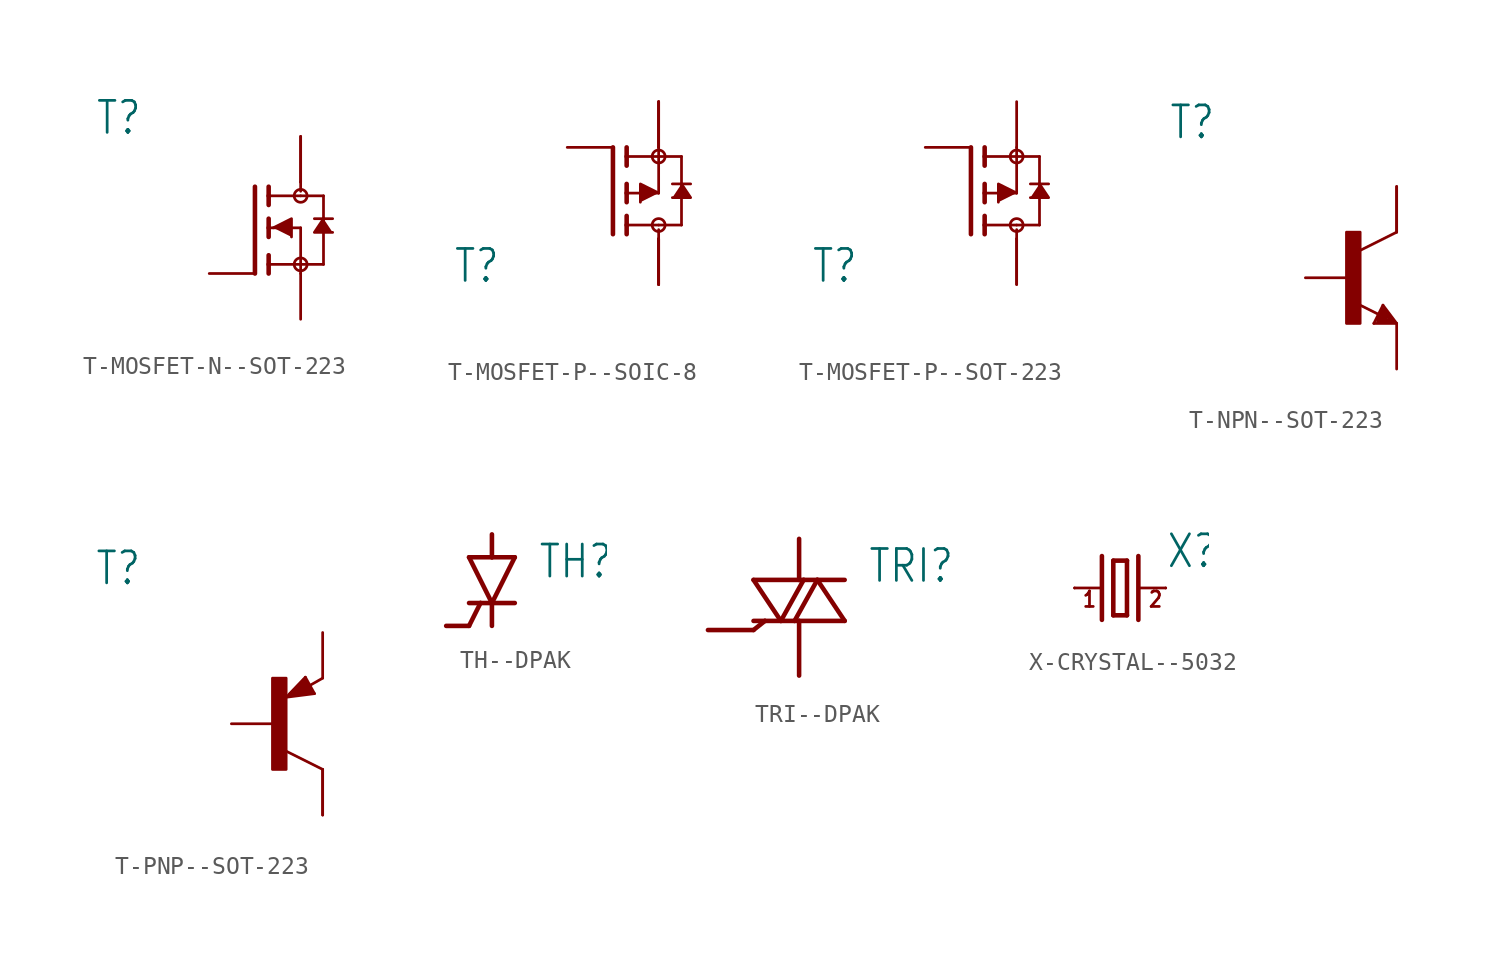
<source format=kicad_sym>
(kicad_symbol_lib
  (version 20231120)
  (generator "kicad_symbol_editor")
  (generator_version "8.0")
  (symbol "T-MOSFET-N--SOT-223"
    (property "Reference" "T"
      (at -11.43 5.08 0)
      (effects (font (size 1.778 1.511)) (justify left bottom)))
    (property "Value" ""
      (at -11.43 2.54 0)
      (effects (font (size 1.778 1.511)) (justify left bottom)))
    (property "ki_locked" ""
      (at 0 0 0)
      (effects (font (size 1.27 1.27))))
    (symbol "T-MOSFET-N--SOT-223_1_0"
      (circle (center 0 -2.032) (radius 0.359) (stroke (width 0) (type solid)) (fill (type none)))
      (polyline (pts (xy -2.54 2.286) (xy -2.54 -2.54)) (stroke (width 0.254) (type solid)) (fill (type none)))
      (polyline (pts (xy -1.778 -2.032) (xy -1.778 -2.54)) (stroke (width 0.254) (type solid)) (fill (type none)))
      (polyline (pts (xy -1.778 -1.524) (xy -1.778 -2.032)) (stroke (width 0.254) (type solid)) (fill (type none)))
      (polyline (pts (xy -1.778 0) (xy -1.778 -0.508)) (stroke (width 0.254) (type solid)) (fill (type none)))
      (polyline (pts (xy -1.778 0) (xy 0 0)) (stroke (width 0.152) (type solid)) (fill (type none)))
      (polyline (pts (xy -1.778 0.508) (xy -1.778 0)) (stroke (width 0.254) (type solid)) (fill (type none)))
      (polyline (pts (xy -1.778 1.778) (xy -1.778 1.27)) (stroke (width 0.254) (type solid)) (fill (type none)))
      (polyline (pts (xy -1.778 1.778) (xy 0 1.778)) (stroke (width 0.152) (type solid)) (fill (type none)))
      (polyline (pts (xy -1.778 2.286) (xy -1.778 1.778)) (stroke (width 0.254) (type solid)) (fill (type none)))
      (polyline (pts (xy 0 -2.032) (xy -1.778 -2.032)) (stroke (width 0.152) (type solid)) (fill (type none)))
      (polyline (pts (xy 0 -2.032) (xy 0 -2.54)) (stroke (width 0.152) (type solid)) (fill (type none)))
      (polyline (pts (xy 0 -2.032) (xy 1.27 -2.032)) (stroke (width 0.152) (type solid)) (fill (type none)))
      (polyline (pts (xy 0 0) (xy 0 -2.032)) (stroke (width 0.152) (type solid)) (fill (type none)))
      (polyline (pts (xy 0 1.778) (xy 1.27 1.778)) (stroke (width 0.152) (type solid)) (fill (type none)))
      (polyline (pts (xy 0 2.032) (xy 0 2.54)) (stroke (width 0.152) (type solid)) (fill (type none)))
      (polyline (pts (xy 1.27 0.508) (xy 0.762 0.508)) (stroke (width 0.152) (type solid)) (fill (type none)))
      (polyline (pts (xy 1.27 0.508) (xy 1.27 -2.032)) (stroke (width 0.152) (type solid)) (fill (type none)))
      (polyline (pts (xy 1.27 1.778) (xy 1.27 0.508)) (stroke (width 0.152) (type solid)) (fill (type none)))
      (polyline (pts (xy 1.778 0.508) (xy 1.27 0.508)) (stroke (width 0.152) (type solid)) (fill (type none)))
      (polyline (pts (xy -1.524 0) (xy -0.508 0.508) (xy -0.508 -0.508)) (stroke (width 0.152) (type solid)) (fill (type outline)))
      (polyline (pts (xy 1.27 0.508) (xy 0.762 -0.254) (xy 1.778 -0.254)) (stroke (width 0.152) (type solid)) (fill (type outline)))
      (circle (center 0 1.778) (radius 0.359) (stroke (width 0) (type solid)) (fill (type none)))
      (pin passive line (at -5.08 -2.54 0) (length 2.54) (name "G" (effects (font (size 0 0)))) (number "1" (effects (font (size 0 0)))))
      (pin passive line (at 0 5.08 270) (length 2.54) (name "D" (effects (font (size 0 0)))) (number "2" (effects (font (size 0 0)))))
      (pin passive line (at 0 -5.08 90) (length 2.54) (name "S" (effects (font (size 0 0)))) (number "3" (effects (font (size 0 0)))))
      (pin passive line (at 0 5.08 270) (length 2.54) (name "D" (effects (font (size 0 0)))) (number "4" (effects (font (size 0 0)))))))
  (symbol "T-MOSFET-P--SOIC-8"
    (property "Reference" "T"
      (at -11.43 -5.08 0)
      (effects (font (size 1.778 1.511)) (justify left bottom)))
    (property "Value" ""
      (at -11.43 -7.62 0)
      (effects (font (size 1.778 1.511)) (justify left bottom)))
    (property "ki_locked" ""
      (at 0 0 0)
      (effects (font (size 1.27 1.27))))
    (symbol "T-MOSFET-P--SOIC-8_1_0"
      (circle (center 0 -1.778) (radius 0.359) (stroke (width 0) (type solid)) (fill (type none)))
      (polyline (pts (xy -2.54 -2.286) (xy -2.54 2.54)) (stroke (width 0.254) (type solid)) (fill (type none)))
      (polyline (pts (xy -1.778 -2.286) (xy -1.778 -1.778)) (stroke (width 0.254) (type solid)) (fill (type none)))
      (polyline (pts (xy -1.778 -1.778) (xy -1.778 -1.27)) (stroke (width 0.254) (type solid)) (fill (type none)))
      (polyline (pts (xy -1.778 -1.778) (xy 0 -1.778)) (stroke (width 0.152) (type solid)) (fill (type none)))
      (polyline (pts (xy -1.778 -0.508) (xy -1.778 0)) (stroke (width 0.254) (type solid)) (fill (type none)))
      (polyline (pts (xy -1.778 0) (xy -1.778 0.508)) (stroke (width 0.254) (type solid)) (fill (type none)))
      (polyline (pts (xy -1.778 0) (xy 0 0)) (stroke (width 0.152) (type solid)) (fill (type none)))
      (polyline (pts (xy -1.778 1.524) (xy -1.778 2.032)) (stroke (width 0.254) (type solid)) (fill (type none)))
      (polyline (pts (xy -1.778 2.032) (xy -1.778 2.54)) (stroke (width 0.254) (type solid)) (fill (type none)))
      (polyline (pts (xy 0 -2.54) (xy 0 -2.032)) (stroke (width 0.152) (type solid)) (fill (type none)))
      (polyline (pts (xy 0 -1.778) (xy 1.27 -1.778)) (stroke (width 0.152) (type solid)) (fill (type none)))
      (polyline (pts (xy 0 0) (xy 0 2.032)) (stroke (width 0.152) (type solid)) (fill (type none)))
      (polyline (pts (xy 0 2.032) (xy -1.778 2.032)) (stroke (width 0.152) (type solid)) (fill (type none)))
      (polyline (pts (xy 0 2.032) (xy 1.27 2.032)) (stroke (width 0.152) (type solid)) (fill (type none)))
      (polyline (pts (xy 0 2.54) (xy 0 2.032)) (stroke (width 0.152) (type solid)) (fill (type none)))
      (polyline (pts (xy 0.762 0.508) (xy 1.27 0.508)) (stroke (width 0.152) (type solid)) (fill (type none)))
      (polyline (pts (xy 1.27 -1.778) (xy 1.27 0.508)) (stroke (width 0.152) (type solid)) (fill (type none)))
      (polyline (pts (xy 1.27 0.508) (xy 1.27 2.032)) (stroke (width 0.152) (type solid)) (fill (type none)))
      (polyline (pts (xy 1.27 0.508) (xy 1.778 0.508)) (stroke (width 0.152) (type solid)) (fill (type none)))
      (polyline (pts (xy 0 0) (xy -1.016 0.508) (xy -1.016 -0.508)) (stroke (width 0.152) (type solid)) (fill (type outline)))
      (polyline (pts (xy 1.27 0.508) (xy 1.778 -0.254) (xy 0.762 -0.254)) (stroke (width 0.152) (type solid)) (fill (type outline)))
      (circle (center 0 2.032) (radius 0.359) (stroke (width 0) (type solid)) (fill (type none)))
      (pin passive line (at 0 5.08 270) (length 2.54) (name "S" (effects (font (size 0 0)))) (number "1" (effects (font (size 0 0)))))
      (pin passive line (at 0 5.08 270) (length 2.54) (name "S" (effects (font (size 0 0)))) (number "2" (effects (font (size 0 0)))))
      (pin passive line (at 0 5.08 270) (length 2.54) (name "S" (effects (font (size 0 0)))) (number "3" (effects (font (size 0 0)))))
      (pin passive line (at -5.08 2.54 0) (length 2.54) (name "G" (effects (font (size 0 0)))) (number "4" (effects (font (size 0 0)))))
      (pin passive line (at 0 -5.08 90) (length 2.54) (name "D" (effects (font (size 0 0)))) (number "5" (effects (font (size 0 0)))))
      (pin passive line (at 0 -5.08 90) (length 2.54) (name "D" (effects (font (size 0 0)))) (number "6" (effects (font (size 0 0)))))
      (pin passive line (at 0 -5.08 90) (length 2.54) (name "D" (effects (font (size 0 0)))) (number "7" (effects (font (size 0 0)))))
      (pin passive line (at 0 -5.08 90) (length 2.54) (name "D" (effects (font (size 0 0)))) (number "8" (effects (font (size 0 0)))))))
  (symbol "T-MOSFET-P--SOT-223"
    (property "Reference" "T"
      (at -11.43 -5.08 0)
      (effects (font (size 1.778 1.511)) (justify left bottom)))
    (property "Value" ""
      (at -11.43 -7.62 0)
      (effects (font (size 1.778 1.511)) (justify left bottom)))
    (property "ki_locked" ""
      (at 0 0 0)
      (effects (font (size 1.27 1.27))))
    (symbol "T-MOSFET-P--SOT-223_1_0"
      (circle (center 0 -1.778) (radius 0.359) (stroke (width 0) (type solid)) (fill (type none)))
      (polyline (pts (xy -2.54 -2.286) (xy -2.54 2.54)) (stroke (width 0.254) (type solid)) (fill (type none)))
      (polyline (pts (xy -1.778 -2.286) (xy -1.778 -1.778)) (stroke (width 0.254) (type solid)) (fill (type none)))
      (polyline (pts (xy -1.778 -1.778) (xy -1.778 -1.27)) (stroke (width 0.254) (type solid)) (fill (type none)))
      (polyline (pts (xy -1.778 -1.778) (xy 0 -1.778)) (stroke (width 0.152) (type solid)) (fill (type none)))
      (polyline (pts (xy -1.778 -0.508) (xy -1.778 0)) (stroke (width 0.254) (type solid)) (fill (type none)))
      (polyline (pts (xy -1.778 0) (xy -1.778 0.508)) (stroke (width 0.254) (type solid)) (fill (type none)))
      (polyline (pts (xy -1.778 0) (xy 0 0)) (stroke (width 0.152) (type solid)) (fill (type none)))
      (polyline (pts (xy -1.778 1.524) (xy -1.778 2.032)) (stroke (width 0.254) (type solid)) (fill (type none)))
      (polyline (pts (xy -1.778 2.032) (xy -1.778 2.54)) (stroke (width 0.254) (type solid)) (fill (type none)))
      (polyline (pts (xy 0 -2.54) (xy 0 -2.032)) (stroke (width 0.152) (type solid)) (fill (type none)))
      (polyline (pts (xy 0 -1.778) (xy 1.27 -1.778)) (stroke (width 0.152) (type solid)) (fill (type none)))
      (polyline (pts (xy 0 0) (xy 0 2.032)) (stroke (width 0.152) (type solid)) (fill (type none)))
      (polyline (pts (xy 0 2.032) (xy -1.778 2.032)) (stroke (width 0.152) (type solid)) (fill (type none)))
      (polyline (pts (xy 0 2.032) (xy 1.27 2.032)) (stroke (width 0.152) (type solid)) (fill (type none)))
      (polyline (pts (xy 0 2.54) (xy 0 2.032)) (stroke (width 0.152) (type solid)) (fill (type none)))
      (polyline (pts (xy 0.762 0.508) (xy 1.27 0.508)) (stroke (width 0.152) (type solid)) (fill (type none)))
      (polyline (pts (xy 1.27 -1.778) (xy 1.27 0.508)) (stroke (width 0.152) (type solid)) (fill (type none)))
      (polyline (pts (xy 1.27 0.508) (xy 1.27 2.032)) (stroke (width 0.152) (type solid)) (fill (type none)))
      (polyline (pts (xy 1.27 0.508) (xy 1.778 0.508)) (stroke (width 0.152) (type solid)) (fill (type none)))
      (polyline (pts (xy 0 0) (xy -1.016 0.508) (xy -1.016 -0.508)) (stroke (width 0.152) (type solid)) (fill (type outline)))
      (polyline (pts (xy 1.27 0.508) (xy 1.778 -0.254) (xy 0.762 -0.254)) (stroke (width 0.152) (type solid)) (fill (type outline)))
      (circle (center 0 2.032) (radius 0.359) (stroke (width 0) (type solid)) (fill (type none)))
      (pin passive line (at -5.08 2.54 0) (length 2.54) (name "G" (effects (font (size 0 0)))) (number "1" (effects (font (size 0 0)))))
      (pin passive line (at 0 -5.08 90) (length 2.54) (name "D" (effects (font (size 0 0)))) (number "2" (effects (font (size 0 0)))))
      (pin passive line (at 0 5.08 270) (length 2.54) (name "S" (effects (font (size 0 0)))) (number "3" (effects (font (size 0 0)))))
      (pin passive line (at 0 -5.08 90) (length 2.54) (name "D" (effects (font (size 0 0)))) (number "4" (effects (font (size 0 0)))))))
  (symbol "T-NPN--SOT-223"
    (property "Reference" "T"
      (at -10.16 7.62 0)
      (effects (font (size 1.778 1.511)) (justify left bottom)))
    (property "Value" ""
      (at -10.16 5.08 0)
      (effects (font (size 1.778 1.511)) (justify left bottom)))
    (property "ki_locked" ""
      (at 0 0 0)
      (effects (font (size 1.27 1.27))))
    (symbol "T-NPN--SOT-223_1_0"
      (rectangle (start -0.254 -2.54) (end 0.508 2.54) (stroke (width 0) (type default)) (fill (type outline)))
      (polyline (pts (xy 1.27 -2.54) (xy 1.778 -1.524)) (stroke (width 0.152) (type solid)) (fill (type none)))
      (polyline (pts (xy 1.524 -2.413) (xy 2.286 -2.413)) (stroke (width 0.254) (type solid)) (fill (type none)))
      (polyline (pts (xy 1.524 -2.286) (xy 1.905 -2.286)) (stroke (width 0.254) (type solid)) (fill (type none)))
      (polyline (pts (xy 1.54 -2.04) (xy 0.308 -1.424)) (stroke (width 0.152) (type solid)) (fill (type none)))
      (polyline (pts (xy 1.778 -1.778) (xy 1.524 -2.286)) (stroke (width 0.254) (type solid)) (fill (type none)))
      (polyline (pts (xy 1.778 -1.524) (xy 2.54 -2.54)) (stroke (width 0.152) (type solid)) (fill (type none)))
      (polyline (pts (xy 1.905 -2.286) (xy 1.778 -2.032)) (stroke (width 0.254) (type solid)) (fill (type none)))
      (polyline (pts (xy 2.286 -2.413) (xy 1.778 -1.778)) (stroke (width 0.254) (type solid)) (fill (type none)))
      (polyline (pts (xy 2.54 -2.54) (xy 1.27 -2.54)) (stroke (width 0.152) (type solid)) (fill (type none)))
      (polyline (pts (xy 2.54 2.54) (xy 0.508 1.524)) (stroke (width 0.152) (type solid)) (fill (type none)))
      (pin passive line (at -2.54 0 0) (length 2.54) (name "B" (effects (font (size 0 0)))) (number "1" (effects (font (size 0 0)))))
      (pin passive line (at 2.54 5.08 270) (length 2.54) (name "C" (effects (font (size 0 0)))) (number "2" (effects (font (size 0 0)))))
      (pin passive line (at 2.54 -5.08 90) (length 2.54) (name "E" (effects (font (size 0 0)))) (number "3" (effects (font (size 0 0)))))
      (pin passive line (at 2.54 5.08 270) (length 2.54) (name "C" (effects (font (size 0 0)))) (number "4" (effects (font (size 0 0)))))))
  (symbol "T-PNP--SOT-223"
    (property "Reference" "T"
      (at -10.16 7.62 0)
      (effects (font (size 1.778 1.511)) (justify left bottom)))
    (property "Value" ""
      (at -10.16 5.08 0)
      (effects (font (size 1.778 1.511)) (justify left bottom)))
    (property "ki_locked" ""
      (at 0 0 0)
      (effects (font (size 1.27 1.27))))
    (symbol "T-PNP--SOT-223_1_0"
      (rectangle (start -0.254 -2.54) (end 0.508 2.54) (stroke (width 0) (type default)) (fill (type outline)))
      (polyline (pts (xy 0.516 1.478) (xy 2.086 1.678)) (stroke (width 0.152) (type solid)) (fill (type none)))
      (polyline (pts (xy 0.762 1.651) (xy 1.778 1.778)) (stroke (width 0.254) (type solid)) (fill (type none)))
      (polyline (pts (xy 1.143 1.905) (xy 1.524 1.905)) (stroke (width 0.254) (type solid)) (fill (type none)))
      (polyline (pts (xy 1.524 2.159) (xy 1.143 1.905)) (stroke (width 0.254) (type solid)) (fill (type none)))
      (polyline (pts (xy 1.524 2.413) (xy 0.762 1.651)) (stroke (width 0.254) (type solid)) (fill (type none)))
      (polyline (pts (xy 1.578 2.594) (xy 0.516 1.478)) (stroke (width 0.152) (type solid)) (fill (type none)))
      (polyline (pts (xy 1.778 1.778) (xy 1.524 2.159)) (stroke (width 0.254) (type solid)) (fill (type none)))
      (polyline (pts (xy 1.905 1.778) (xy 1.524 2.413)) (stroke (width 0.254) (type solid)) (fill (type none)))
      (polyline (pts (xy 2.086 1.678) (xy 1.578 2.594)) (stroke (width 0.152) (type solid)) (fill (type none)))
      (polyline (pts (xy 2.54 -2.54) (xy 0.508 -1.524)) (stroke (width 0.152) (type solid)) (fill (type none)))
      (polyline (pts (xy 2.54 2.54) (xy 1.808 2.124)) (stroke (width 0.152) (type solid)) (fill (type none)))
      (pin passive line (at -2.54 0 0) (length 2.54) (name "B" (effects (font (size 0 0)))) (number "1" (effects (font (size 0 0)))))
      (pin passive line (at 2.54 -5.08 90) (length 2.54) (name "C" (effects (font (size 0 0)))) (number "2" (effects (font (size 0 0)))))
      (pin passive line (at 2.54 5.08 270) (length 2.54) (name "E" (effects (font (size 0 0)))) (number "3" (effects (font (size 0 0)))))
      (pin passive line (at 2.54 -5.08 90) (length 2.54) (name "C" (effects (font (size 0 0)))) (number "4" (effects (font (size 0 0)))))))
  (symbol "TH--DPAK"
    (property "Reference" "TH"
      (at 2.54 0 0)
      (effects (font (size 1.778 1.511)) (justify left bottom)))
    (property "Value" ""
      (at 2.54 -2.54 0)
      (effects (font (size 1.778 1.511)) (justify left bottom)))
    (property "ki_locked" ""
      (at 0 0 0)
      (effects (font (size 1.27 1.27))))
    (symbol "TH--DPAK_1_0"
      (polyline (pts (xy -1.27 -2.54) (xy -2.54 -2.54)) (stroke (width 0.254) (type solid)) (fill (type none)))
      (polyline (pts (xy -1.27 -1.27) (xy -0.635 -1.27)) (stroke (width 0.254) (type solid)) (fill (type none)))
      (polyline (pts (xy -1.27 1.27) (xy 0 1.27)) (stroke (width 0.254) (type solid)) (fill (type none)))
      (polyline (pts (xy -0.635 -1.27) (xy -1.27 -2.54)) (stroke (width 0.254) (type solid)) (fill (type none)))
      (polyline (pts (xy -0.635 -1.27) (xy 0 -1.27)) (stroke (width 0.254) (type solid)) (fill (type none)))
      (polyline (pts (xy 0 -1.27) (xy -1.27 1.27)) (stroke (width 0.254) (type solid)) (fill (type none)))
      (polyline (pts (xy 0 -1.27) (xy 0 -2.54)) (stroke (width 0.254) (type solid)) (fill (type none)))
      (polyline (pts (xy 0 -1.27) (xy 1.27 -1.27)) (stroke (width 0.254) (type solid)) (fill (type none)))
      (polyline (pts (xy 0 1.27) (xy 1.27 1.27)) (stroke (width 0.254) (type solid)) (fill (type none)))
      (polyline (pts (xy 0 2.54) (xy 0 1.27)) (stroke (width 0.254) (type solid)) (fill (type none)))
      (polyline (pts (xy 1.27 1.27) (xy 0 -1.27)) (stroke (width 0.254) (type solid)) (fill (type none)))
      (pin passive line (at 0 -2.54 90) (length 0) (name "C" (effects (font (size 0 0)))) (number "1" (effects (font (size 0 0)))))
      (pin passive line (at -2.54 -2.54 0) (length 0) (name "G" (effects (font (size 0 0)))) (number "3" (effects (font (size 0 0)))))
      (pin passive line (at 0 2.54 270) (length 0) (name "A" (effects (font (size 0 0)))) (number "4" (effects (font (size 0 0)))))))
  (symbol "TRI--DPAK"
    (property "Reference" "TRI"
      (at 3.81 2.54 0)
      (effects (font (size 1.778 1.511)) (justify left bottom)))
    (property "Value" ""
      (at 3.81 0 0)
      (effects (font (size 1.778 1.511)) (justify left bottom)))
    (property "ki_locked" ""
      (at 0 0 0)
      (effects (font (size 1.27 1.27))))
    (symbol "TRI--DPAK_1_0"
      (polyline (pts (xy -5.08 0) (xy -2.54 0)) (stroke (width 0.254) (type solid)) (fill (type none)))
      (polyline (pts (xy -2.54 2.794) (xy -1.016 0.508)) (stroke (width 0.254) (type solid)) (fill (type none)))
      (polyline (pts (xy -1.905 0.508) (xy -2.54 0)) (stroke (width 0.254) (type solid)) (fill (type none)))
      (polyline (pts (xy -1.905 0.508) (xy -2.54 0.508)) (stroke (width 0.254) (type solid)) (fill (type none)))
      (polyline (pts (xy -1.016 0.508) (xy -1.905 0.508)) (stroke (width 0.254) (type solid)) (fill (type none)))
      (polyline (pts (xy -1.016 0.508) (xy -0.254 0.508)) (stroke (width 0.254) (type solid)) (fill (type none)))
      (polyline (pts (xy -1.016 0.508) (xy 0.254 2.794)) (stroke (width 0.254) (type solid)) (fill (type none)))
      (polyline (pts (xy -0.254 0.508) (xy 1.016 2.794)) (stroke (width 0.254) (type solid)) (fill (type none)))
      (polyline (pts (xy 0 0.508) (xy -0.254 0.508)) (stroke (width 0.254) (type solid)) (fill (type none)))
      (polyline (pts (xy 0 0.508) (xy 0 -2.54)) (stroke (width 0.254) (type solid)) (fill (type none)))
      (polyline (pts (xy 0 2.794) (xy -2.54 2.794)) (stroke (width 0.254) (type solid)) (fill (type none)))
      (polyline (pts (xy 0 5.08) (xy 0 2.794)) (stroke (width 0.254) (type solid)) (fill (type none)))
      (polyline (pts (xy 0.254 2.794) (xy 0 2.794)) (stroke (width 0.254) (type solid)) (fill (type none)))
      (polyline (pts (xy 1.016 2.794) (xy 0.254 2.794)) (stroke (width 0.254) (type solid)) (fill (type none)))
      (polyline (pts (xy 1.016 2.794) (xy 2.54 0.508)) (stroke (width 0.254) (type solid)) (fill (type none)))
      (polyline (pts (xy 1.016 2.794) (xy 2.54 2.794)) (stroke (width 0.254) (type solid)) (fill (type none)))
      (polyline (pts (xy 2.54 0.508) (xy 0 0.508)) (stroke (width 0.254) (type solid)) (fill (type none)))
      (pin passive line (at 0 -2.54 90) (length 0) (name "T1" (effects (font (size 0 0)))) (number "1" (effects (font (size 0 0)))))
      (pin passive line (at -5.08 0 0) (length 0) (name "G" (effects (font (size 0 0)))) (number "3" (effects (font (size 0 0)))))
      (pin passive line (at 0 5.08 270) (length 0) (name "T2" (effects (font (size 0 0)))) (number "4" (effects (font (size 0 0)))))))
  (symbol "X-CRYSTAL--5032"
    (property "Reference" "X"
      (at 2.54 1.016 0)
      (effects (font (size 1.778 1.511)) (justify left bottom)))
    (property "Value" ""
      (at 2.54 -2.54 0)
      (effects (font (size 1.778 1.511)) (justify left bottom)))
    (property "ki_locked" ""
      (at 0 0 0)
      (effects (font (size 1.27 1.27))))
    (symbol "X-CRYSTAL--5032_1_0"
      (polyline (pts (xy -2.54 0) (xy -1.016 0)) (stroke (width 0.152) (type solid)) (fill (type none)))
      (polyline (pts (xy -1.016 1.778) (xy -1.016 -1.778)) (stroke (width 0.254) (type solid)) (fill (type none)))
      (polyline (pts (xy -0.381 -1.524) (xy 0.381 -1.524)) (stroke (width 0.254) (type solid)) (fill (type none)))
      (polyline (pts (xy -0.381 1.524) (xy -0.381 -1.524)) (stroke (width 0.254) (type solid)) (fill (type none)))
      (polyline (pts (xy 0.381 -1.524) (xy 0.381 1.524)) (stroke (width 0.254) (type solid)) (fill (type none)))
      (polyline (pts (xy 0.381 1.524) (xy -0.381 1.524)) (stroke (width 0.254) (type solid)) (fill (type none)))
      (polyline (pts (xy 1.016 0) (xy 2.54 0)) (stroke (width 0.152) (type solid)) (fill (type none)))
      (polyline (pts (xy 1.016 1.778) (xy 1.016 -1.778)) (stroke (width 0.254) (type solid)) (fill (type none)))
      (text "1" (at -2.159 -1.143 0) (effects (font (size 0.864 0.734)) (justify left bottom)))
      (text "2" (at 1.524 -1.143 0) (effects (font (size 0.864 0.734)) (justify left bottom)))
      (pin passive line (at -2.54 0 0) (length 0) (name "1" (effects (font (size 0 0)))) (number "1" (effects (font (size 0 0)))))
      (pin passive line (at 2.54 0 180) (length 0) (name "2" (effects (font (size 0 0)))) (number "2" (effects (font (size 0 0))))))))
</source>
